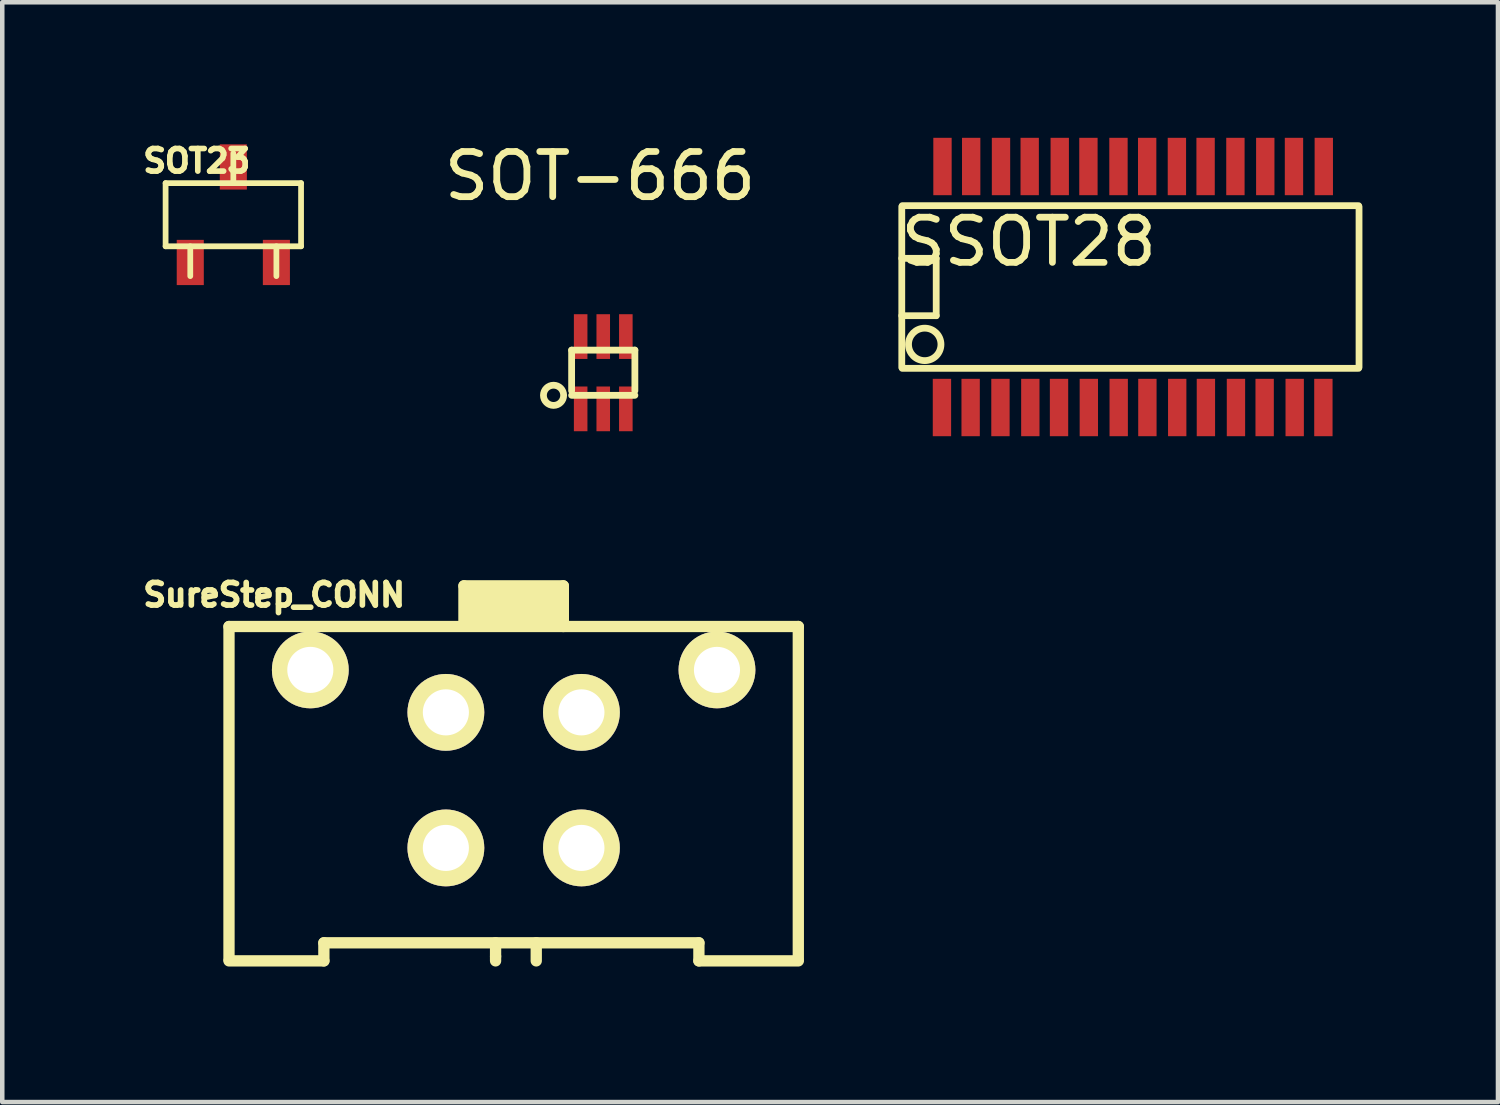
<source format=kicad_pcb>
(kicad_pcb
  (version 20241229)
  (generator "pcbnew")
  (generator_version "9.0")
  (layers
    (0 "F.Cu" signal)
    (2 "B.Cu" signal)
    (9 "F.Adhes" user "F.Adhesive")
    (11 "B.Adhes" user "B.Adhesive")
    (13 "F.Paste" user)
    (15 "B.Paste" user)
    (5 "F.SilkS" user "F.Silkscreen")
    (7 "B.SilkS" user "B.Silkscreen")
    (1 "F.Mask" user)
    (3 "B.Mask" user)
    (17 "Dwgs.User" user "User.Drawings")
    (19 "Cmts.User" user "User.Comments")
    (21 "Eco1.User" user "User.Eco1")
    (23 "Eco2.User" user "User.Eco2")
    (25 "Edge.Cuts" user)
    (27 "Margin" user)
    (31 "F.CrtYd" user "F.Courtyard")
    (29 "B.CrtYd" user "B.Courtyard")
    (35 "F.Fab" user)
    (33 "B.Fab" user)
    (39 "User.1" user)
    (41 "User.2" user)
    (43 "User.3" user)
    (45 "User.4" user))
  (footprint "SOT23"
    (layer "F.Cu")
    (at 2.114 1.702)
    (property "Reference" "SOT23" (at -0.81 -1.19 0) (layer "F.SilkS") (effects (font (size 0.5 0.5) (thickness 0.125))))
    (attr through_hole)
    (fp_line (start -1.499 -0.699) (end 1.499 -0.699) (stroke (width 0.127) (type solid)) (layer "F.SilkS"))
    (fp_line (start -1.499 0.699) (end -1.499 -0.699) (stroke (width 0.127) (type solid)) (layer "F.SilkS"))
    (fp_line (start -0.953 0.699) (end -0.953 1.359) (stroke (width 0.127) (type solid)) (layer "F.SilkS"))
    (fp_line (start 0 -0.699) (end 0 -1.359) (stroke (width 0.127) (type solid)) (layer "F.SilkS"))
    (fp_line (start 0.953 0.699) (end 0.953 1.359) (stroke (width 0.127) (type solid)) (layer "F.SilkS"))
    (fp_line (start 1.499 -0.699) (end 1.499 0.699) (stroke (width 0.127) (type solid)) (layer "F.SilkS"))
    (fp_line (start 1.499 0.699) (end -1.499 0.699) (stroke (width 0.127) (type solid)) (layer "F.SilkS"))
    (pad "1" smd rect (at -0.953 1.057) (size 0.599 1.001) (layers "F.Cu" "F.Mask" "F.Paste"))
    (pad "2" smd rect (at 0.953 1.057) (size 0.599 1.001) (layers "F.Cu" "F.Mask" "F.Paste"))
    (pad "3" smd rect (at 0 -1.057) (size 0.599 1.001) (layers "F.Cu" "F.Mask" "F.Paste")))
  (footprint "SSOT28"
    (layer "F.Cu")
    (at 20.718 3.302)
    (property "Reference" "SSOT28" (at -1 -1 0) (layer "F.SilkS") (effects (font (size 1 1) (thickness 0.15))))
    (attr smd)
    (fp_line (start -3.81 -0.635) (end -3.048 -0.635) (stroke (width 0.15) (type solid)) (layer "F.SilkS"))
    (fp_line (start -3.81 1.778) (end -3.81 -1.778) (stroke (width 0.15) (type solid)) (layer "F.SilkS"))
    (fp_line (start -3.8 1.8) (end 6.3 1.8) (stroke (width 0.15) (type solid)) (layer "F.SilkS"))
    (fp_line (start -3.048 -0.635) (end -3.048 0.635) (stroke (width 0.15) (type solid)) (layer "F.SilkS"))
    (fp_line (start -3.048 0.635) (end -3.81 0.635) (stroke (width 0.15) (type solid)) (layer "F.SilkS"))
    (fp_line (start 6.3 -1.8) (end -3.8 -1.8) (stroke (width 0.15) (type solid)) (layer "F.SilkS"))
    (fp_line (start 6.31 -1.778) (end 6.31 1.778) (stroke (width 0.15) (type solid)) (layer "F.SilkS"))
    (fp_circle (center -3.302 1.27) (end -3.556 1.016) (stroke (width 0.15) (type solid)) (fill no) (layer "F.SilkS"))
    (pad "1" smd rect (at -2.921 2.667) (size 0.406 1.27) (layers "F.Cu" "F.Mask" "F.Paste"))
    (pad "2" smd rect (at -2.286 2.667) (size 0.406 1.27) (layers "F.Cu" "F.Mask" "F.Paste"))
    (pad "3" smd rect (at -1.626 2.667) (size 0.406 1.27) (layers "F.Cu" "F.Mask" "F.Paste"))
    (pad "4" smd rect (at -0.965 2.667) (size 0.406 1.27) (layers "F.Cu" "F.Mask" "F.Paste"))
    (pad "5" smd rect (at -0.33 2.667) (size 0.406 1.27) (layers "F.Cu" "F.Mask" "F.Paste"))
    (pad "6" smd rect (at 0.33 2.667) (size 0.406 1.27) (layers "F.Cu" "F.Mask" "F.Paste"))
    (pad "7" smd rect (at 0.991 2.667) (size 0.406 1.27) (layers "F.Cu" "F.Mask" "F.Paste"))
    (pad "8" smd rect (at 1.626 2.667) (size 0.406 1.27) (layers "F.Cu" "F.Mask" "F.Paste"))
    (pad "9" smd rect (at 2.286 2.667) (size 0.406 1.27) (layers "F.Cu" "F.Mask" "F.Paste"))
    (pad "10" smd rect (at 2.921 2.667) (size 0.406 1.27) (layers "F.Cu" "F.Mask" "F.Paste"))
    (pad "11" smd rect (at 3.586 2.667) (size 0.406 1.27) (layers "F.Cu" "F.Mask" "F.Paste"))
    (pad "12" smd rect (at 4.221 2.667) (size 0.406 1.27) (layers "F.Cu" "F.Mask" "F.Paste"))
    (pad "13" smd rect (at 4.886 2.667) (size 0.406 1.27) (layers "F.Cu" "F.Mask" "F.Paste"))
    (pad "14" smd rect (at 5.521 2.667) (size 0.406 1.27) (layers "F.Cu" "F.Mask" "F.Paste"))
    (pad "15" smd rect (at 5.53 -2.667) (size 0.406 1.27) (layers "F.Cu" "F.Mask" "F.Paste"))
    (pad "16" smd rect (at 4.87 -2.667) (size 0.406 1.27) (layers "F.Cu" "F.Mask" "F.Paste"))
    (pad "17" smd rect (at 4.235 -2.667) (size 0.406 1.27) (layers "F.Cu" "F.Mask" "F.Paste"))
    (pad "18" smd rect (at 3.574 -2.667) (size 0.406 1.27) (layers "F.Cu" "F.Mask" "F.Paste"))
    (pad "19" smd rect (at 2.914 -2.667) (size 0.406 1.27) (layers "F.Cu" "F.Mask" "F.Paste"))
    (pad "20" smd rect (at 2.279 -2.667) (size 0.406 1.27) (layers "F.Cu" "F.Mask" "F.Paste"))
    (pad "21" smd rect (at 1.621 -2.667) (size 0.406 1.27) (layers "F.Cu" "F.Mask" "F.Paste"))
    (pad "22" smd rect (at 0.986 -2.667) (size 0.406 1.27) (layers "F.Cu" "F.Mask" "F.Paste"))
    (pad "23" smd rect (at 0.321 -2.667) (size 0.406 1.27) (layers "F.Cu" "F.Mask" "F.Paste"))
    (pad "24" smd rect (at -0.314 -2.667) (size 0.406 1.27) (layers "F.Cu" "F.Mask" "F.Paste"))
    (pad "25" smd rect (at -0.979 -2.667) (size 0.406 1.27) (layers "F.Cu" "F.Mask" "F.Paste"))
    (pad "26" smd rect (at -1.614 -2.667) (size 0.406 1.27) (layers "F.Cu" "F.Mask" "F.Paste"))
    (pad "27" smd rect (at -2.274 -2.667) (size 0.406 1.27) (layers "F.Cu" "F.Mask" "F.Paste"))
    (pad "28" smd rect (at -2.909 -2.667) (size 0.406 1.27) (layers "F.Cu" "F.Mask" "F.Paste")))
  (footprint "SureStep_CONN"
    (layer "F.Cu")
    (at 8.318 15.716)
    (property "Reference" "SureStep_CONN" (at -5.3 -5.6 0) (layer "F.SilkS") (effects (font (size 0.5 0.5) (thickness 0.125))))
    (attr through_hole)
    (fp_line (start -6.3 -4.9) (end -6.3 2.47) (stroke (width 0.25) (type solid)) (layer "F.SilkS"))
    (fp_line (start -6.3 -4.9) (end 6.3 -4.9) (stroke (width 0.25) (type solid)) (layer "F.SilkS"))
    (fp_line (start -6.3 2.5) (end -4.2 2.5) (stroke (width 0.25) (type solid)) (layer "F.SilkS"))
    (fp_line (start -4.2 2.5) (end -4.2 2.1) (stroke (width 0.25) (type solid)) (layer "F.SilkS"))
    (fp_line (start -1.1 -5.8) (end 1.1 -5.8) (stroke (width 0.25) (type solid)) (layer "F.SilkS"))
    (fp_line (start -1.1 -5) (end -1.1 -5.8) (stroke (width 0.25) (type solid)) (layer "F.SilkS"))
    (fp_line (start -1 -5.6) (end 0.9 -5.6) (stroke (width 0.25) (type solid)) (layer "F.SilkS"))
    (fp_line (start -1 -5.1) (end 1 -5.1) (stroke (width 0.25) (type solid)) (layer "F.SilkS"))
    (fp_line (start -0.4 2.1) (end -0.4 2.4) (stroke (width 0.25) (type solid)) (layer "F.SilkS"))
    (fp_line (start -0.4 2.4) (end -0.4 2.5) (stroke (width 0.25) (type solid)) (layer "F.SilkS"))
    (fp_line (start 0.5 2.1) (end 0.5 2.5) (stroke (width 0.25) (type solid)) (layer "F.SilkS"))
    (fp_line (start 1 -5.4) (end -1 -5.4) (stroke (width 0.25) (type solid)) (layer "F.SilkS"))
    (fp_line (start 1 -5.2) (end -1 -5.2) (stroke (width 0.25) (type solid)) (layer "F.SilkS"))
    (fp_line (start 1.1 -5.8) (end 1.1 -4.9) (stroke (width 0.25) (type solid)) (layer "F.SilkS"))
    (fp_line (start 4.1 2.1) (end -4.2 2.1) (stroke (width 0.25) (type solid)) (layer "F.SilkS"))
    (fp_line (start 4.1 2.5) (end 4.1 2.1) (stroke (width 0.25) (type solid)) (layer "F.SilkS"))
    (fp_line (start 6.3 -4.9) (end 6.3 2.47) (stroke (width 0.25) (type solid)) (layer "F.SilkS"))
    (fp_line (start 6.3 2.5) (end 4.1 2.5) (stroke (width 0.25) (type solid)) (layer "F.SilkS"))
    (pad "" thru_hole circle (at -4.5 -3.94) (size 1.7 1.7) (drill 1.02) (layers "*.Cu" "*.Mask" "F.SilkS"))
    (pad "" thru_hole circle (at 4.5 -3.94) (size 1.7 1.7) (drill 1.02) (layers "*.Cu" "*.Mask" "F.SilkS"))
    (pad "1" thru_hole circle (at 1.5 0) (size 1.7 1.7) (drill 1.02) (layers "*.Cu" "*.Mask" "F.SilkS"))
    (pad "2" thru_hole circle (at -1.5 0) (size 1.7 1.7) (drill 1.02) (layers "*.Cu" "*.Mask" "F.SilkS"))
    (pad "3" thru_hole circle (at 1.5 -3) (size 1.7 1.7) (drill 1.02) (layers "*.Cu" "*.Mask" "F.SilkS"))
    (pad "4" thru_hole circle (at -1.5 -3) (size 1.7 1.7) (drill 1.02) (layers "*.Cu" "*.Mask" "F.SilkS")))
  (footprint "SOT-666"
    (layer "F.Cu")
    (at 10.301 5.199)
    (property "Reference" "SOT-666" (at -0.071 -4.351 0) (layer "F.SilkS") (effects (font (size 1 1) (thickness 0.15))))
    (attr smd)
    (fp_line (start -0.7 -0.5) (end -0.7 0.4) (stroke (width 0.15) (type solid)) (layer "F.SilkS"))
    (fp_line (start -0.7 0.5) (end 0.7 0.5) (stroke (width 0.15) (type solid)) (layer "F.SilkS"))
    (fp_line (start 0.7 -0.5) (end -0.7 -0.5) (stroke (width 0.15) (type solid)) (layer "F.SilkS"))
    (fp_line (start 0.7 0.4) (end 0.7 -0.5) (stroke (width 0.15) (type solid)) (layer "F.SilkS"))
    (fp_circle (center -1.1 0.5) (end -0.9 0.6) (stroke (width 0.15) (type solid)) (fill no) (layer "F.SilkS"))
    (pad "1" smd rect (at -0.5 0.8) (size 0.3 0.99) (layers "F.Cu" "F.Mask" "F.Paste"))
    (pad "2" smd rect (at 0 0.8) (size 0.3 0.99) (layers "F.Cu" "F.Mask" "F.Paste"))
    (pad "3" smd rect (at 0.5 0.8) (size 0.3 0.99) (layers "F.Cu" "F.Mask" "F.Paste"))
    (pad "4" smd rect (at 0.5 -0.8) (size 0.3 0.99) (layers "F.Cu" "F.Mask" "F.Paste"))
    (pad "5" smd rect (at 0 -0.8) (size 0.3 0.99) (layers "F.Cu" "F.Mask" "F.Paste"))
    (pad "6" smd rect (at -0.5 -0.8) (size 0.3 0.99) (layers "F.Cu" "F.Mask" "F.Paste")))
  (gr_rect
    (start -3 -3)
    (end 30.103 21.341)
    (stroke (width 0.1) (type default))
    (fill no)
    (layer "Edge.Cuts")))
</source>
